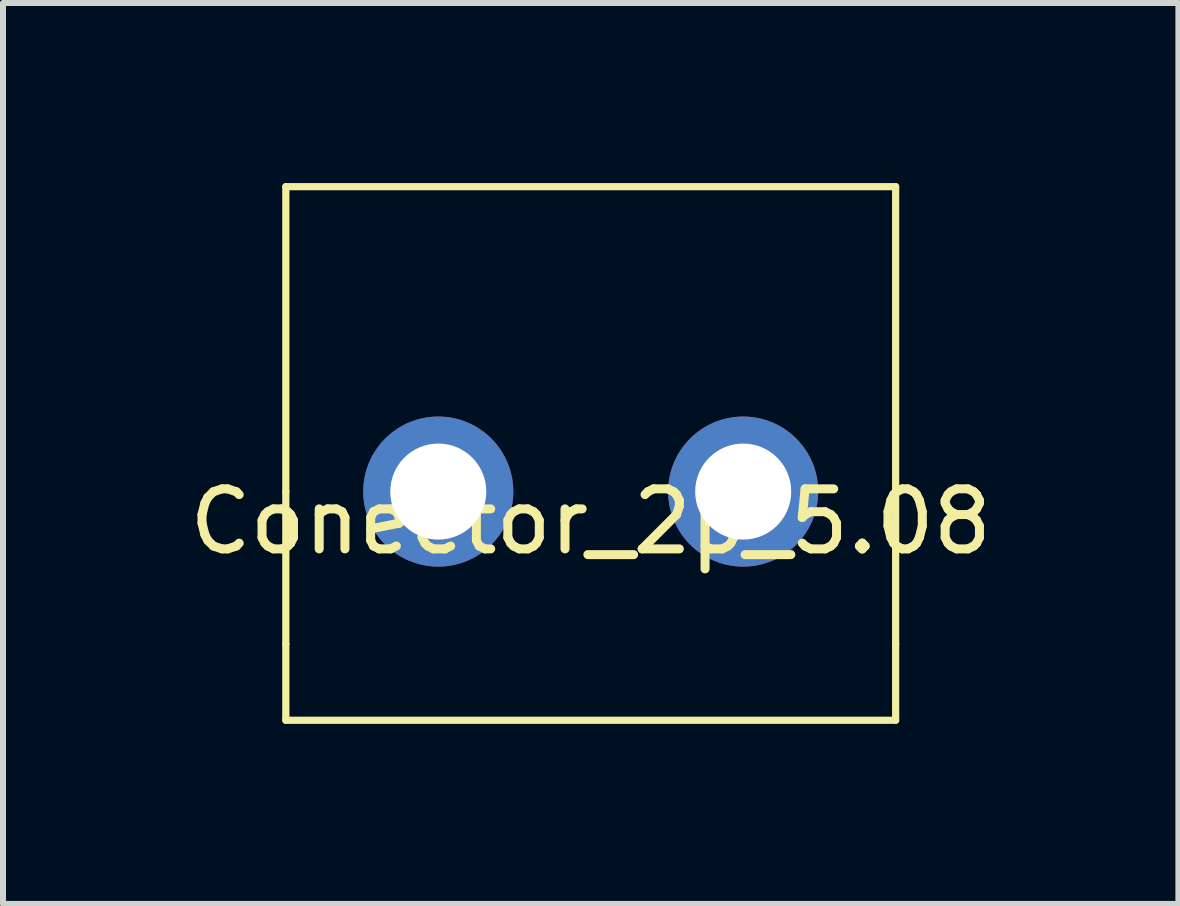
<source format=kicad_pcb>
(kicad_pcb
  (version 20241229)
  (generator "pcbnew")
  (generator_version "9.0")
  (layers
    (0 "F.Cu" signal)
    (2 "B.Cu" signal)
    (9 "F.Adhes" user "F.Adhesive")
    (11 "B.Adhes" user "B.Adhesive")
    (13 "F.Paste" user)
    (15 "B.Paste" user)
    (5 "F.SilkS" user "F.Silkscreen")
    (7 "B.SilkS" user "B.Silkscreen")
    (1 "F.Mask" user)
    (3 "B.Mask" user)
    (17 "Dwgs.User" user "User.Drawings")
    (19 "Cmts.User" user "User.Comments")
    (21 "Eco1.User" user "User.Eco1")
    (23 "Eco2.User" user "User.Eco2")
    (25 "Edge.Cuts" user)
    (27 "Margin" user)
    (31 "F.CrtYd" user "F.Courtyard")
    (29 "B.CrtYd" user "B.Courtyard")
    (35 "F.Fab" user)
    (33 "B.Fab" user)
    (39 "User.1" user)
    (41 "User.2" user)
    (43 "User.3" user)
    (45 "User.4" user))
  (footprint "Conector_2p_5.08"
    (layer "F.Cu")
    (at 6.792 5.14)
    (property "Reference" "Conector_2p_5.08" (at 0 0.5 0) (layer "F.SilkS") (effects (font (size 1 1) (thickness 0.15))))
    (attr through_hole)
    (fp_line (start -5.08 -5.08) (end -5.08 0) (stroke (width 0.12) (type solid)) (layer "F.SilkS"))
    (fp_line (start -5.08 0) (end -5.08 2.54) (stroke (width 0.12) (type solid)) (layer "F.SilkS"))
    (fp_line (start -5.08 3.81) (end -5.08 2.54) (stroke (width 0.12) (type solid)) (layer "F.SilkS"))
    (fp_line (start 5.08 -5.08) (end -5.08 -5.08) (stroke (width 0.12) (type solid)) (layer "F.SilkS"))
    (fp_line (start 5.08 0) (end 5.08 -5.08) (stroke (width 0.12) (type solid)) (layer "F.SilkS"))
    (fp_line (start 5.08 0) (end 5.08 2.54) (stroke (width 0.12) (type solid)) (layer "F.SilkS"))
    (fp_line (start 5.08 2.54) (end 5.08 3.81) (stroke (width 0.12) (type solid)) (layer "F.SilkS"))
    (fp_line (start 5.08 3.81) (end -5.08 3.81) (stroke (width 0.12) (type solid)) (layer "F.SilkS"))
    (pad "1" thru_hole circle (at -2.54 0) (size 2.5 2.5) (drill 1.6) (layers "*.Cu" "*.Mask"))
    (pad "2" thru_hole circle (at 2.54 0) (size 2.5 2.5) (drill 1.6) (layers "*.Cu" "*.Mask")))
  (gr_rect
    (start -3 -3)
    (end 16.583 12.01)
    (stroke (width 0.1) (type default))
    (fill no)
    (layer "Edge.Cuts")))
</source>
